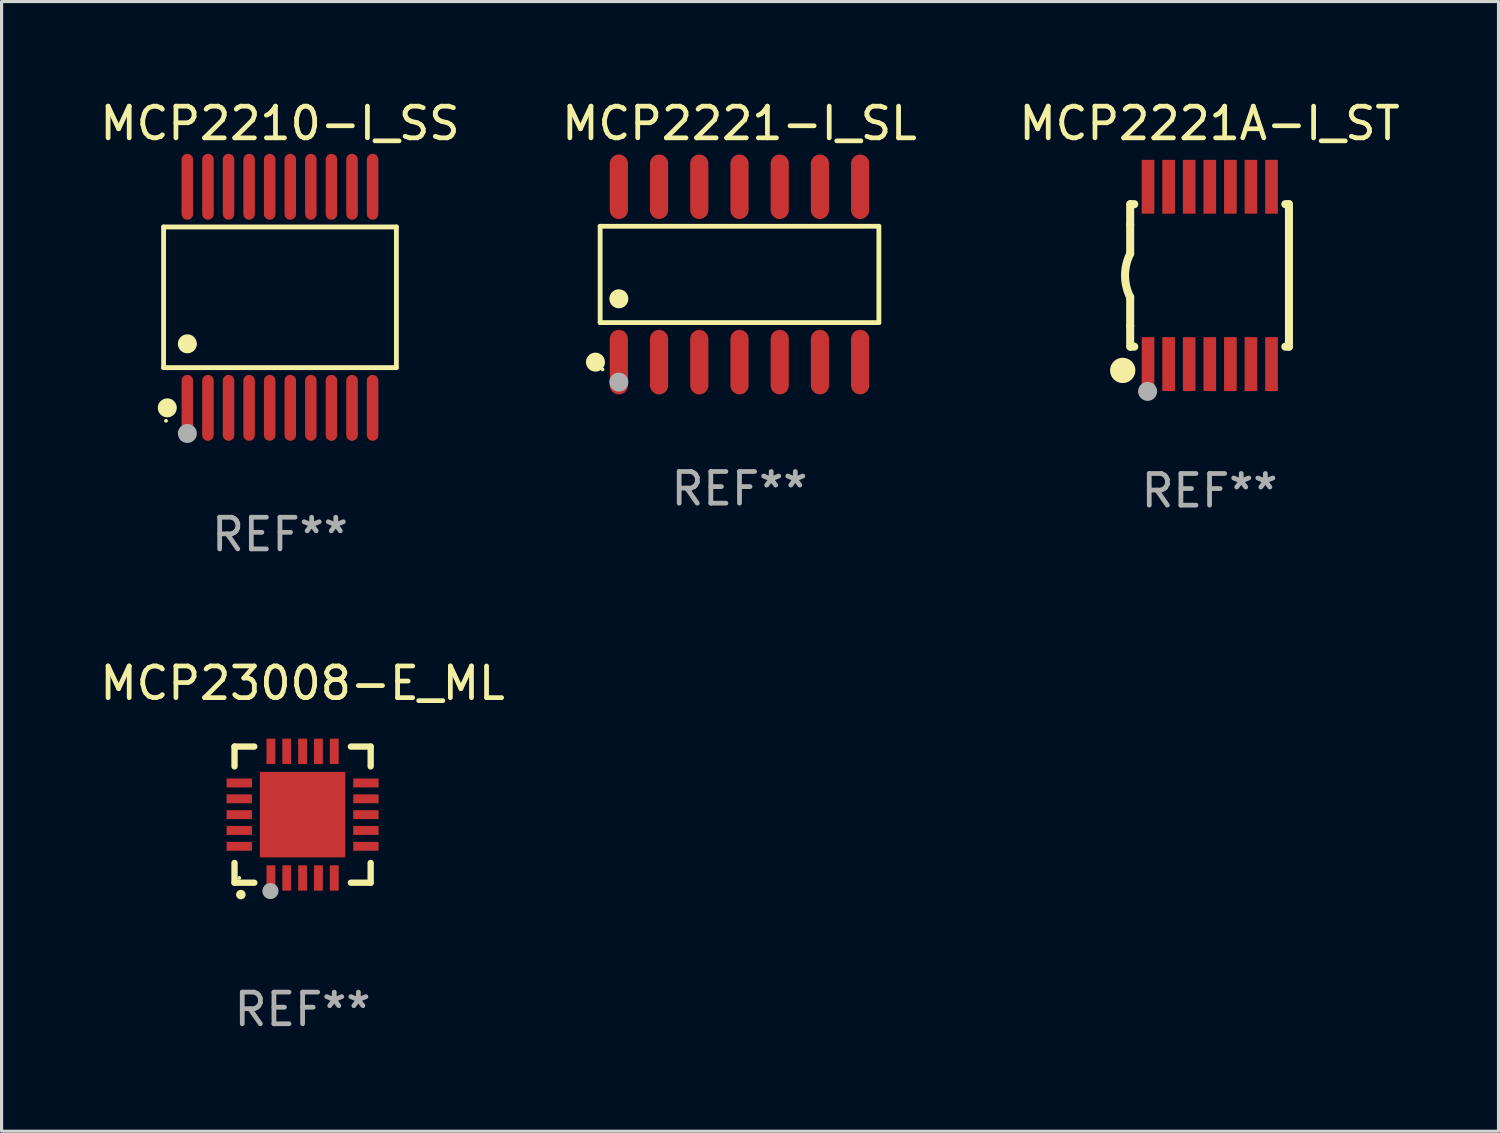
<source format=kicad_pcb>
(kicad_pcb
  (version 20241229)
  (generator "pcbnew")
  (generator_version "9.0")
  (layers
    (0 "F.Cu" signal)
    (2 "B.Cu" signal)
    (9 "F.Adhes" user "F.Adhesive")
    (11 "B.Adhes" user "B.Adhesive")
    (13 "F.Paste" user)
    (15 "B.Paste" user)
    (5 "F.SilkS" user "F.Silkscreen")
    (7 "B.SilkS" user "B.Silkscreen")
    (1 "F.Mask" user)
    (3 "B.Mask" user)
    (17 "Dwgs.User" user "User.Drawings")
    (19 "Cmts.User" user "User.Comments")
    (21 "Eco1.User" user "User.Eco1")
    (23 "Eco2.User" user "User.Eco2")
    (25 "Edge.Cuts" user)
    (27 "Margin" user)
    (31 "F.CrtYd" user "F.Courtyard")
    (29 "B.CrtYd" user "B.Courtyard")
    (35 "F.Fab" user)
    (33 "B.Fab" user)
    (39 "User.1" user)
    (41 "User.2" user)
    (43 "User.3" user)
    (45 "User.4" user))
  (footprint "MCP2221-I_SL"
    (layer "F.Cu")
    (at 20.304 5.617)
    (property "Reference" "MCP2221-I_SL" (at 0 -4.769 0) (layer "F.SilkS") (effects (font (size 1 1) (thickness 0.15))))
    (attr through_hole)
    (fp_line (start -4.401 -1.521) (end 4.401 -1.521) (stroke (width 0.152) (type solid)) (layer "F.SilkS"))
    (fp_line (start -4.401 1.521) (end -4.401 -1.521) (stroke (width 0.152) (type solid)) (layer "F.SilkS"))
    (fp_line (start 4.401 -1.521) (end 4.401 1.521) (stroke (width 0.152) (type solid)) (layer "F.SilkS"))
    (fp_line (start 4.401 1.521) (end -4.401 1.521) (stroke (width 0.152) (type solid)) (layer "F.SilkS"))
    (fp_circle (center -4.549 2.769) (end -4.399 2.769) (stroke (width 0.3) (type solid)) (fill no) (layer "F.SilkS"))
    (fp_circle (center -4.325 3) (end -4.295 3) (stroke (width 0.06) (type solid)) (fill no) (layer "F.SilkS"))
    (fp_circle (center -3.81 0.769) (end -3.66 0.769) (stroke (width 0.3) (type solid)) (fill no) (layer "F.SilkS"))
    (fp_circle (center -3.81 3.4) (end -3.66 3.4) (stroke (width 0.3) (type solid)) (fill no) (layer "F.Fab"))
    (fp_text user "REF**" (at 0 6.769 0) (layer "F.Fab") (effects (font (size 1 1) (thickness 0.15))))
    (pad "1" smd oval (at -3.81 2.769) (size 0.574 2.038) (layers "F.Cu" "F.Mask" "F.Paste"))
    (pad "2" smd oval (at -2.54 2.769) (size 0.574 2.038) (layers "F.Cu" "F.Mask" "F.Paste"))
    (pad "3" smd oval (at -1.27 2.769) (size 0.574 2.038) (layers "F.Cu" "F.Mask" "F.Paste"))
    (pad "4" smd oval (at 0 2.769) (size 0.574 2.038) (layers "F.Cu" "F.Mask" "F.Paste"))
    (pad "5" smd oval (at 1.27 2.769) (size 0.574 2.038) (layers "F.Cu" "F.Mask" "F.Paste"))
    (pad "6" smd oval (at 2.54 2.769) (size 0.574 2.038) (layers "F.Cu" "F.Mask" "F.Paste"))
    (pad "7" smd oval (at 3.81 2.769) (size 0.574 2.038) (layers "F.Cu" "F.Mask" "F.Paste"))
    (pad "8" smd oval (at 3.81 -2.769) (size 0.574 2.038) (layers "F.Cu" "F.Mask" "F.Paste"))
    (pad "9" smd oval (at 2.54 -2.769) (size 0.574 2.038) (layers "F.Cu" "F.Mask" "F.Paste"))
    (pad "10" smd oval (at 1.27 -2.769) (size 0.574 2.038) (layers "F.Cu" "F.Mask" "F.Paste"))
    (pad "11" smd oval (at 0 -2.769) (size 0.574 2.038) (layers "F.Cu" "F.Mask" "F.Paste"))
    (pad "12" smd oval (at -1.27 -2.769) (size 0.574 2.038) (layers "F.Cu" "F.Mask" "F.Paste"))
    (pad "13" smd oval (at -2.54 -2.769) (size 0.574 2.038) (layers "F.Cu" "F.Mask" "F.Paste"))
    (pad "14" smd oval (at -3.81 -2.769) (size 0.574 2.038) (layers "F.Cu" "F.Mask" "F.Paste")))
  (footprint "MCP2221A-I_ST"
    (layer "F.Cu")
    (at 35.149 5.648)
    (property "Reference" "MCP2221A-I_ST" (at 0 -4.8 0) (layer "F.SilkS") (effects (font (size 1 1) (thickness 0.15))))
    (attr through_hole)
    (fp_line (start -2.507 -1.6) (end -2.507 -2.25) (stroke (width 0.254) (type solid)) (layer "F.SilkS"))
    (fp_line (start -2.507 -0.686) (end -2.507 -1.6) (stroke (width 0.254) (type solid)) (layer "F.SilkS"))
    (fp_line (start -2.507 1.6) (end -2.507 0.686) (stroke (width 0.254) (type solid)) (layer "F.SilkS"))
    (fp_line (start -2.507 1.6) (end -2.507 2.25) (stroke (width 0.254) (type solid)) (layer "F.SilkS"))
    (fp_line (start -2.493 -2.25) (end -2.377 -2.25) (stroke (width 0.254) (type solid)) (layer "F.SilkS"))
    (fp_line (start -2.377 2.25) (end -2.493 2.25) (stroke (width 0.254) (type solid)) (layer "F.SilkS"))
    (fp_line (start 2.392 -2.25) (end 2.507 -2.25) (stroke (width 0.254) (type solid)) (layer "F.SilkS"))
    (fp_line (start 2.507 -2.25) (end 2.507 2.25) (stroke (width 0.254) (type solid)) (layer "F.SilkS"))
    (fp_line (start 2.507 2.25) (end 2.392 2.25) (stroke (width 0.254) (type solid)) (layer "F.SilkS"))
    (fp_arc (start -2.507303 0.685802) (mid -2.669199 0) (end -2.507303 -0.685801) (stroke (width 0.254001) (type solid)) (layer "F.SilkS"))
    (fp_circle (center -2.743 3) (end -2.543 3) (stroke (width 0.4) (type solid)) (fill no) (layer "F.SilkS"))
    (fp_circle (center -2.493 3.2) (end -2.463 3.2) (stroke (width 0.06) (type solid)) (fill no) (layer "F.SilkS"))
    (fp_circle (center -1.957 3.662) (end -1.807 3.662) (stroke (width 0.3) (type solid)) (fill no) (layer "F.Fab"))
    (fp_text user "REF**" (at 0 6.8 0) (layer "F.Fab") (effects (font (size 1 1) (thickness 0.15))))
    (pad "1" smd rect (at -1.943 2.8) (size 0.4 1.7) (layers "F.Cu" "F.Mask" "F.Paste"))
    (pad "2" smd rect (at -1.293 2.8) (size 0.4 1.7) (layers "F.Cu" "F.Mask" "F.Paste"))
    (pad "3" smd rect (at -0.643 2.8) (size 0.4 1.7) (layers "F.Cu" "F.Mask" "F.Paste"))
    (pad "4" smd rect (at 0.007 2.8) (size 0.4 1.7) (layers "F.Cu" "F.Mask" "F.Paste"))
    (pad "5" smd rect (at 0.657 2.8) (size 0.4 1.7) (layers "F.Cu" "F.Mask" "F.Paste"))
    (pad "6" smd rect (at 1.307 2.8) (size 0.4 1.7) (layers "F.Cu" "F.Mask" "F.Paste"))
    (pad "7" smd rect (at 1.957 2.8) (size 0.4 1.7) (layers "F.Cu" "F.Mask" "F.Paste"))
    (pad "8" smd rect (at 1.957 -2.8) (size 0.4 1.7) (layers "F.Cu" "F.Mask" "F.Paste"))
    (pad "9" smd rect (at 1.307 -2.8) (size 0.4 1.7) (layers "F.Cu" "F.Mask" "F.Paste"))
    (pad "10" smd rect (at 0.657 -2.8) (size 0.4 1.7) (layers "F.Cu" "F.Mask" "F.Paste"))
    (pad "11" smd rect (at 0.007 -2.8) (size 0.4 1.7) (layers "F.Cu" "F.Mask" "F.Paste"))
    (pad "12" smd rect (at -0.643 -2.8) (size 0.4 1.7) (layers "F.Cu" "F.Mask" "F.Paste"))
    (pad "13" smd rect (at -1.293 -2.8) (size 0.4 1.7) (layers "F.Cu" "F.Mask" "F.Paste"))
    (pad "14" smd rect (at -1.943 -2.8) (size 0.4 1.7) (layers "F.Cu" "F.Mask" "F.Paste")))
  (footprint "MCP23008-E_ML"
    (layer "F.Cu")
    (at 6.506 22.677)
    (property "Reference" "MCP23008-E_ML" (at 0 -4.15 0) (layer "F.SilkS") (effects (font (size 1 1) (thickness 0.15))))
    (attr through_hole)
    (fp_line (start -2.15 -2.15) (end -2.15 -1.525) (stroke (width 0.2) (type solid)) (layer "F.SilkS"))
    (fp_line (start -2.15 2.15) (end -2.15 1.525) (stroke (width 0.2) (type solid)) (layer "F.SilkS"))
    (fp_line (start -1.525 -2.15) (end -2.15 -2.15) (stroke (width 0.2) (type solid)) (layer "F.SilkS"))
    (fp_line (start -1.525 2.15) (end -2.15 2.15) (stroke (width 0.2) (type solid)) (layer "F.SilkS"))
    (fp_line (start 1.525 2.15) (end 2.15 2.15) (stroke (width 0.2) (type solid)) (layer "F.SilkS"))
    (fp_line (start 2.15 -2.15) (end 1.525 -2.15) (stroke (width 0.2) (type solid)) (layer "F.SilkS"))
    (fp_line (start 2.15 -1.525) (end 2.15 -2.15) (stroke (width 0.2) (type solid)) (layer "F.SilkS"))
    (fp_line (start 2.15 2.15) (end 2.15 1.525) (stroke (width 0.2) (type solid)) (layer "F.SilkS"))
    (fp_arc (start -1.950724 2.524765) (mid -1.949454 2.52476) (end -1.948184 2.524765) (stroke (width 0.3) (type solid)) (layer "F.SilkS"))
    (fp_circle (center -2 2) (end -1.97 2) (stroke (width 0.06) (type solid)) (fill no) (layer "F.SilkS"))
    (fp_circle (center -1.016 2.413) (end -0.889 2.413) (stroke (width 0.254) (type solid)) (fill no) (layer "F.Fab"))
    (fp_text user "REF**" (at 0 6.15 0) (layer "F.Fab") (effects (font (size 1 1) (thickness 0.15))))
    (pad "1" smd rect (at -1 2) (size 0.28 0.8) (layers "F.Cu" "F.Mask" "F.Paste"))
    (pad "2" smd rect (at -0.5 2) (size 0.28 0.8) (layers "F.Cu" "F.Mask" "F.Paste"))
    (pad "3" smd rect (at 0 2) (size 0.28 0.8) (layers "F.Cu" "F.Mask" "F.Paste"))
    (pad "4" smd rect (at 0.5 2) (size 0.28 0.8) (layers "F.Cu" "F.Mask" "F.Paste"))
    (pad "5" smd rect (at 1 2) (size 0.28 0.8) (layers "F.Cu" "F.Mask" "F.Paste"))
    (pad "6" smd rect (at 2 1) (size 0.8 0.28) (layers "F.Cu" "F.Mask" "F.Paste"))
    (pad "7" smd rect (at 2 0.5) (size 0.8 0.28) (layers "F.Cu" "F.Mask" "F.Paste"))
    (pad "8" smd rect (at 2 0) (size 0.8 0.28) (layers "F.Cu" "F.Mask" "F.Paste"))
    (pad "9" smd rect (at 2 -0.5) (size 0.8 0.28) (layers "F.Cu" "F.Mask" "F.Paste"))
    (pad "10" smd rect (at 2 -1) (size 0.8 0.28) (layers "F.Cu" "F.Mask" "F.Paste"))
    (pad "11" smd rect (at 1 -2) (size 0.28 0.8) (layers "F.Cu" "F.Mask" "F.Paste"))
    (pad "12" smd rect (at 0.5 -2) (size 0.28 0.8) (layers "F.Cu" "F.Mask" "F.Paste"))
    (pad "13" smd rect (at 0 -2) (size 0.28 0.8) (layers "F.Cu" "F.Mask" "F.Paste"))
    (pad "14" smd rect (at -0.5 -2) (size 0.28 0.8) (layers "F.Cu" "F.Mask" "F.Paste"))
    (pad "15" smd rect (at -1 -2) (size 0.28 0.8) (layers "F.Cu" "F.Mask" "F.Paste"))
    (pad "16" smd rect (at -2 -1) (size 0.8 0.28) (layers "F.Cu" "F.Mask" "F.Paste"))
    (pad "17" smd rect (at -2 -0.5) (size 0.8 0.28) (layers "F.Cu" "F.Mask" "F.Paste"))
    (pad "18" smd rect (at -2 0) (size 0.8 0.28) (layers "F.Cu" "F.Mask" "F.Paste"))
    (pad "19" smd rect (at -2 0.5) (size 0.8 0.28) (layers "F.Cu" "F.Mask" "F.Paste"))
    (pad "20" smd rect (at -2 1) (size 0.8 0.28) (layers "F.Cu" "F.Mask" "F.Paste"))
    (pad "21" smd rect (at 0 0) (size 2.7 2.7) (layers "F.Cu" "F.Mask" "F.Paste")))
  (footprint "MCP2210-I_SS"
    (layer "F.Cu")
    (at 5.792 6.339)
    (property "Reference" "MCP2210-I_SS" (at 0 -5.491 0) (layer "F.SilkS") (effects (font (size 1 1) (thickness 0.15))))
    (attr through_hole)
    (fp_line (start -3.676 -2.221) (end 3.676 -2.221) (stroke (width 0.152) (type solid)) (layer "F.SilkS"))
    (fp_line (start -3.676 2.221) (end -3.676 -2.221) (stroke (width 0.152) (type solid)) (layer "F.SilkS"))
    (fp_line (start 3.676 -2.221) (end 3.676 2.221) (stroke (width 0.152) (type solid)) (layer "F.SilkS"))
    (fp_line (start 3.676 2.221) (end -3.676 2.221) (stroke (width 0.152) (type solid)) (layer "F.SilkS"))
    (fp_circle (center -3.6 3.9) (end -3.57 3.9) (stroke (width 0.06) (type solid)) (fill no) (layer "F.SilkS"))
    (fp_circle (center -3.559 3.491) (end -3.409 3.491) (stroke (width 0.3) (type solid)) (fill no) (layer "F.SilkS"))
    (fp_circle (center -2.925 1.469) (end -2.775 1.469) (stroke (width 0.3) (type solid)) (fill no) (layer "F.SilkS"))
    (fp_circle (center -2.925 4.3) (end -2.775 4.3) (stroke (width 0.3) (type solid)) (fill no) (layer "F.Fab"))
    (fp_text user "REF**" (at 0 7.491 0) (layer "F.Fab") (effects (font (size 1 1) (thickness 0.15))))
    (pad "1" smd oval (at -2.925 3.491) (size 0.364 2.082) (layers "F.Cu" "F.Mask" "F.Paste"))
    (pad "2" smd oval (at -2.275 3.491) (size 0.364 2.082) (layers "F.Cu" "F.Mask" "F.Paste"))
    (pad "3" smd oval (at -1.625 3.491) (size 0.364 2.082) (layers "F.Cu" "F.Mask" "F.Paste"))
    (pad "4" smd oval (at -0.975 3.491) (size 0.364 2.082) (layers "F.Cu" "F.Mask" "F.Paste"))
    (pad "5" smd oval (at -0.325 3.491) (size 0.364 2.082) (layers "F.Cu" "F.Mask" "F.Paste"))
    (pad "6" smd oval (at 0.325 3.491) (size 0.364 2.082) (layers "F.Cu" "F.Mask" "F.Paste"))
    (pad "7" smd oval (at 0.975 3.491) (size 0.364 2.082) (layers "F.Cu" "F.Mask" "F.Paste"))
    (pad "8" smd oval (at 1.625 3.491) (size 0.364 2.082) (layers "F.Cu" "F.Mask" "F.Paste"))
    (pad "9" smd oval (at 2.275 3.491) (size 0.364 2.082) (layers "F.Cu" "F.Mask" "F.Paste"))
    (pad "10" smd oval (at 2.925 3.491) (size 0.364 2.082) (layers "F.Cu" "F.Mask" "F.Paste"))
    (pad "11" smd oval (at 2.925 -3.491) (size 0.364 2.082) (layers "F.Cu" "F.Mask" "F.Paste"))
    (pad "12" smd oval (at 2.275 -3.491) (size 0.364 2.082) (layers "F.Cu" "F.Mask" "F.Paste"))
    (pad "13" smd oval (at 1.625 -3.491) (size 0.364 2.082) (layers "F.Cu" "F.Mask" "F.Paste"))
    (pad "14" smd oval (at 0.975 -3.491) (size 0.364 2.082) (layers "F.Cu" "F.Mask" "F.Paste"))
    (pad "15" smd oval (at 0.325 -3.491) (size 0.364 2.082) (layers "F.Cu" "F.Mask" "F.Paste"))
    (pad "16" smd oval (at -0.325 -3.491) (size 0.364 2.082) (layers "F.Cu" "F.Mask" "F.Paste"))
    (pad "17" smd oval (at -0.975 -3.491) (size 0.364 2.082) (layers "F.Cu" "F.Mask" "F.Paste"))
    (pad "18" smd oval (at -1.625 -3.491) (size 0.364 2.082) (layers "F.Cu" "F.Mask" "F.Paste"))
    (pad "19" smd oval (at -2.275 -3.491) (size 0.364 2.082) (layers "F.Cu" "F.Mask" "F.Paste"))
    (pad "20" smd oval (at -2.925 -3.491) (size 0.364 2.082) (layers "F.Cu" "F.Mask" "F.Paste")))
  (gr_rect
    (start -3 -3)
    (end 44.274 32.675)
    (stroke (width 0.1) (type default))
    (fill no)
    (layer "Edge.Cuts")))
</source>
